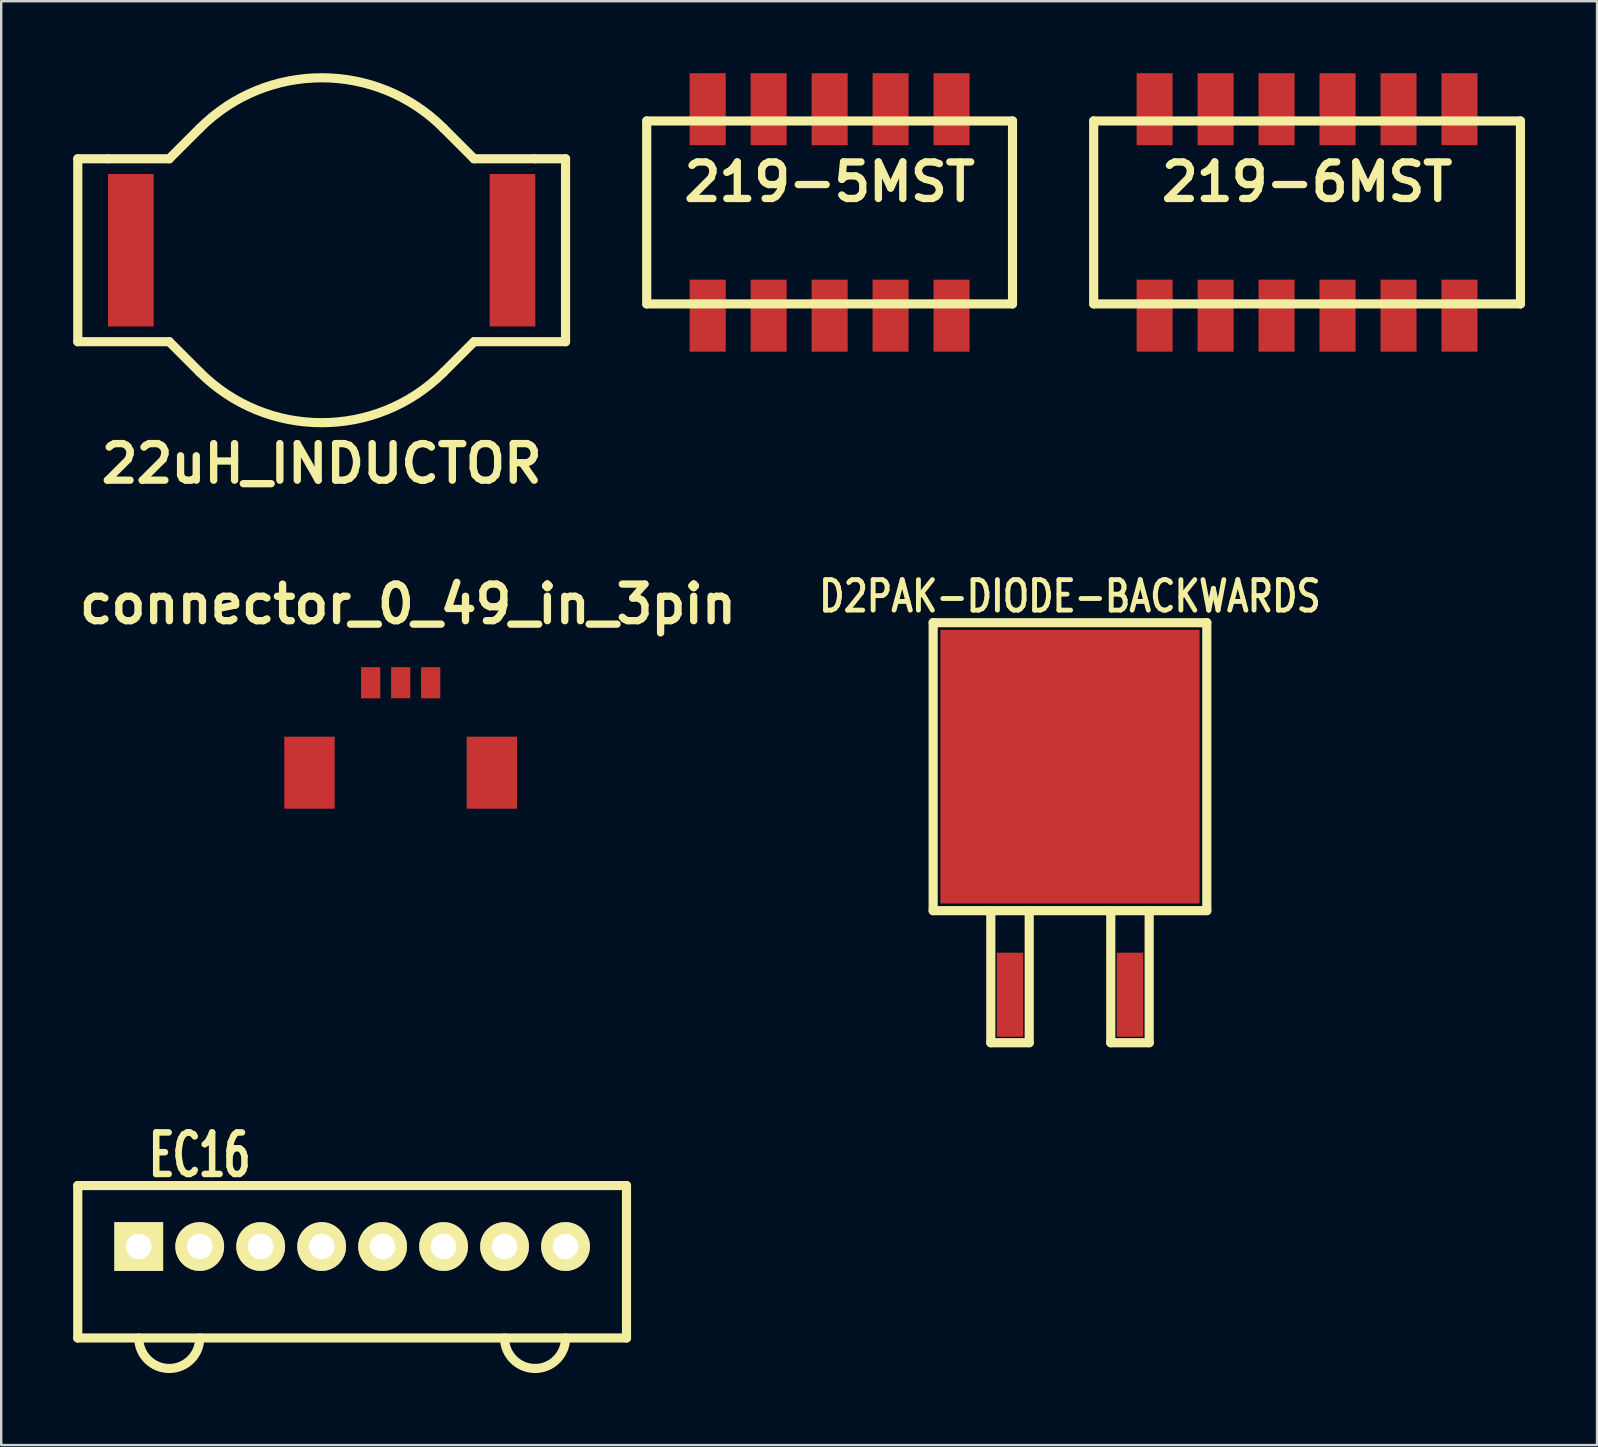
<source format=kicad_pcb>
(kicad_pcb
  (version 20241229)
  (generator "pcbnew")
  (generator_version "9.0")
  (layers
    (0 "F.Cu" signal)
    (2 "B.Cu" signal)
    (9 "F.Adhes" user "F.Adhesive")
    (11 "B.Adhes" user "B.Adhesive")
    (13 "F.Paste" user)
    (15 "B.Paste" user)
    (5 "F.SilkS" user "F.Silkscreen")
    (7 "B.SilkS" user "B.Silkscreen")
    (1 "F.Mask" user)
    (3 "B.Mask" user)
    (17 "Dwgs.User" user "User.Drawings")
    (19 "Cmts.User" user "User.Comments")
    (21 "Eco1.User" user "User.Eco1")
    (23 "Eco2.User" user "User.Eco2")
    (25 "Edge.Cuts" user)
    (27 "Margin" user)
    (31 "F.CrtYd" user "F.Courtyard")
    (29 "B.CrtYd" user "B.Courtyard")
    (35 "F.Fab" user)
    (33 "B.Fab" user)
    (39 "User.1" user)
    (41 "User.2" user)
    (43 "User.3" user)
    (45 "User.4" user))
  (footprint "connector_0_49_in_3pin"
    (layer "F.Cu")
    (at 13.643 26.042)
    (property "Reference" "connector_0_49_in_3pin" (at 0.305 -3.924 0) (layer "F.SilkS") (effects (font (size 1.524 1.524) (thickness 0.305))))
    (attr through_hole)
    (pad "" smd rect (at -3.8 3.099) (size 2.098 3) (layers "F.Cu" "F.Mask" "F.Paste"))
    (pad "" smd rect (at 3.8 3.099) (size 2.098 3) (layers "F.Cu" "F.Mask" "F.Paste"))
    (pad "1" smd rect (at -1.25 -0.648) (size 0.798 1.298) (layers "F.Cu" "F.Mask" "F.Paste"))
    (pad "2" smd rect (at 0 -0.65) (size 0.8 1.298) (layers "F.Cu" "F.Mask" "F.Paste"))
    (pad "3" smd rect (at 1.25 -0.648) (size 0.798 1.298) (layers "F.Cu" "F.Mask" "F.Paste")))
  (footprint "219-6MST"
    (layer "F.Cu")
    (at 51.403 5.8)
    (property "Reference" "219-6MST" (at 0 -1.27 0) (layer "F.SilkS") (effects (font (size 1.524 1.524) (thickness 0.305))))
    (attr through_hole)
    (fp_line (start -8.89 3.81) (end -8.89 -3.81) (stroke (width 0.381) (type solid)) (layer "F.SilkS"))
    (fp_line (start -8.89 3.81) (end 8.89 3.81) (stroke (width 0.381) (type solid)) (layer "F.SilkS"))
    (fp_line (start 8.89 -3.81) (end -8.89 -3.81) (stroke (width 0.381) (type solid)) (layer "F.SilkS"))
    (fp_line (start 8.89 -3.81) (end 8.89 3.81) (stroke (width 0.381) (type solid)) (layer "F.SilkS"))
    (pad "1" smd rect (at -6.35 4.3) (size 1.501 3) (layers "F.Cu" "F.Mask"))
    (pad "2" smd rect (at -3.81 4.3) (size 1.501 3) (layers "F.Cu" "F.Mask"))
    (pad "3" smd rect (at -1.27 4.3) (size 1.501 3) (layers "F.Cu" "F.Mask"))
    (pad "4" smd rect (at 1.27 4.3) (size 1.501 3) (layers "F.Cu" "F.Mask"))
    (pad "5" smd rect (at 3.81 4.3) (size 1.501 3) (layers "F.Cu" "F.Mask"))
    (pad "6" smd rect (at 6.35 4.3) (size 1.501 3) (layers "F.Cu" "F.Mask"))
    (pad "7" smd rect (at 6.35 -4.3) (size 1.501 3) (layers "F.Cu" "F.Mask"))
    (pad "8" smd rect (at 3.81 -4.3) (size 1.501 3) (layers "F.Cu" "F.Mask"))
    (pad "9" smd rect (at 1.27 -4.3) (size 1.501 3) (layers "F.Cu" "F.Mask"))
    (pad "10" smd rect (at -1.27 -4.3) (size 1.501 3) (layers "F.Cu" "F.Mask"))
    (pad "11" smd rect (at -3.81 -4.3) (size 1.501 3) (layers "F.Cu" "F.Mask"))
    (pad "12" smd rect (at -6.35 -4.3) (size 1.501 3) (layers "F.Cu" "F.Mask")))
  (footprint "219-5MST"
    (layer "F.Cu")
    (at 31.512 5.8)
    (property "Reference" "219-5MST" (at 0 -1.27 0) (layer "F.SilkS") (effects (font (size 1.524 1.524) (thickness 0.305))))
    (attr through_hole)
    (fp_line (start -7.62 -3.81) (end 7.62 -3.81) (stroke (width 0.381) (type solid)) (layer "F.SilkS"))
    (fp_line (start -7.62 3.81) (end -7.62 -3.81) (stroke (width 0.381) (type solid)) (layer "F.SilkS"))
    (fp_line (start 7.62 -3.81) (end 7.62 3.81) (stroke (width 0.381) (type solid)) (layer "F.SilkS"))
    (fp_line (start 7.62 3.81) (end -7.62 3.81) (stroke (width 0.381) (type solid)) (layer "F.SilkS"))
    (pad "1" smd rect (at -5.08 4.3) (size 1.501 3) (layers "F.Cu" "F.Mask" "F.Paste"))
    (pad "2" smd rect (at -2.54 4.3) (size 1.501 3) (layers "F.Cu" "F.Mask" "F.Paste"))
    (pad "3" smd rect (at 0 4.3) (size 1.501 3) (layers "F.Cu" "F.Mask" "F.Paste"))
    (pad "4" smd rect (at 2.54 4.3) (size 1.501 3) (layers "F.Cu" "F.Mask" "F.Paste"))
    (pad "5" smd rect (at 5.08 4.3) (size 1.501 3) (layers "F.Cu" "F.Mask" "F.Paste"))
    (pad "6" smd rect (at 5.08 -4.3) (size 1.501 3) (layers "F.Cu" "F.Mask" "F.Paste"))
    (pad "7" smd rect (at 2.54 -4.3) (size 1.501 3) (layers "F.Cu" "F.Mask" "F.Paste"))
    (pad "8" smd rect (at 0 -4.3) (size 1.501 3) (layers "F.Cu" "F.Mask" "F.Paste"))
    (pad "9" smd rect (at -2.54 -4.3) (size 1.501 3) (layers "F.Cu" "F.Mask" "F.Paste"))
    (pad "10" smd rect (at -5.08 -4.3) (size 1.501 3) (layers "F.Cu" "F.Mask" "F.Paste")))
  (footprint "22uH_INDUCTOR"
    (layer "F.Cu")
    (at 10.351 7.375)
    (property "Reference" "22uH_INDUCTOR" (at 0 8.89 0) (layer "F.SilkS") (effects (font (size 1.524 1.524) (thickness 0.305))))
    (attr through_hole)
    (fp_line (start -10.16 -3.81) (end -8.89 -3.81) (stroke (width 0.381) (type solid)) (layer "F.SilkS"))
    (fp_line (start -10.16 3.81) (end -10.16 -3.81) (stroke (width 0.381) (type solid)) (layer "F.SilkS"))
    (fp_line (start -8.89 -3.81) (end -6.35 -3.81) (stroke (width 0.381) (type solid)) (layer "F.SilkS"))
    (fp_line (start -6.35 -3.81) (end -5.08 -5.08) (stroke (width 0.381) (type solid)) (layer "F.SilkS"))
    (fp_line (start -6.35 3.81) (end -10.16 3.81) (stroke (width 0.381) (type solid)) (layer "F.SilkS"))
    (fp_line (start -6.35 3.81) (end -5.08 5.08) (stroke (width 0.381) (type solid)) (layer "F.SilkS"))
    (fp_line (start 5.08 -5.08) (end 6.35 -3.81) (stroke (width 0.381) (type solid)) (layer "F.SilkS"))
    (fp_line (start 6.35 -3.81) (end 8.89 -3.81) (stroke (width 0.381) (type solid)) (layer "F.SilkS"))
    (fp_line (start 6.35 3.81) (end 5.08 5.08) (stroke (width 0.381) (type solid)) (layer "F.SilkS"))
    (fp_line (start 8.89 -3.81) (end 10.16 -3.81) (stroke (width 0.381) (type solid)) (layer "F.SilkS"))
    (fp_line (start 10.16 -3.81) (end 10.16 3.81) (stroke (width 0.381) (type solid)) (layer "F.SilkS"))
    (fp_line (start 10.16 3.81) (end 6.35 3.81) (stroke (width 0.381) (type solid)) (layer "F.SilkS"))
    (fp_arc (start -5.08 -5.08) (mid 0 -7.184205) (end 5.08 -5.08) (stroke (width 0.381) (type solid)) (layer "F.SilkS"))
    (fp_arc (start 5.08 5.08) (mid 0 7.184205) (end -5.08 5.08) (stroke (width 0.381) (type solid)) (layer "F.SilkS"))
    (pad "1" smd rect (at -7.95 0) (size 1.9 6.35) (layers "F.Cu" "F.Mask" "F.Paste"))
    (pad "2" smd rect (at 7.95 0) (size 1.9 6.35) (layers "F.Cu" "F.Mask" "F.Paste")))
  (footprint "D2PAK-DIODE-BACKWARDS"
    (layer "F.Cu")
    (at 41.526 28.89)
    (property "Reference" "D2PAK-DIODE-BACKWARDS" (at 0 -7.099 0) (layer "F.SilkS") (effects (font (size 1.27 1.016) (thickness 0.203))))
    (attr smd)
    (fp_line (start -5.7 -5.999) (end 5.7 -5.999) (stroke (width 0.381) (type solid)) (layer "F.SilkS"))
    (fp_line (start -5.7 5.999) (end -5.7 -5.999) (stroke (width 0.381) (type solid)) (layer "F.SilkS"))
    (fp_line (start -3.299 5.999) (end -3.299 11.501) (stroke (width 0.381) (type solid)) (layer "F.SilkS"))
    (fp_line (start -3.299 11.501) (end -1.699 11.501) (stroke (width 0.381) (type solid)) (layer "F.SilkS"))
    (fp_line (start -1.699 11.501) (end -1.699 5.999) (stroke (width 0.381) (type solid)) (layer "F.SilkS"))
    (fp_line (start 1.699 5.999) (end 1.699 11.501) (stroke (width 0.381) (type solid)) (layer "F.SilkS"))
    (fp_line (start 1.699 11.501) (end 3.299 11.501) (stroke (width 0.381) (type solid)) (layer "F.SilkS"))
    (fp_line (start 3.299 11.501) (end 3.299 5.999) (stroke (width 0.381) (type solid)) (layer "F.SilkS"))
    (fp_line (start 5.7 -5.999) (end 5.7 5.999) (stroke (width 0.381) (type solid)) (layer "F.SilkS"))
    (fp_line (start 5.7 5.999) (end -5.7 5.999) (stroke (width 0.381) (type solid)) (layer "F.SilkS"))
    (pad "1" smd rect (at 0 0) (size 10.8 11.4) (layers "F.Cu" "F.Mask" "F.Paste"))
    (pad "2" smd rect (at 2.499 9.5) (size 1.1 3.5) (layers "F.Cu" "F.Mask" "F.Paste"))
    (pad "3" smd rect (at -2.499 9.5) (size 1.1 3.5) (layers "F.Cu" "F.Mask" "F.Paste")))
  (footprint "EC16"
    (layer "F.Cu")
    (at 11.62 48.881)
    (property "Reference" "EC16" (at -6.35 -3.81 0) (layer "F.SilkS") (effects (font (size 1.73 1.087) (thickness 0.272))))
    (attr through_hole)
    (fp_line (start -11.43 -2.54) (end 11.43 -2.54) (stroke (width 0.381) (type solid)) (layer "F.SilkS"))
    (fp_line (start -11.43 3.81) (end -11.43 -2.54) (stroke (width 0.381) (type solid)) (layer "F.SilkS"))
    (fp_line (start -10.16 -2.54) (end 10.16 -2.54) (stroke (width 0.305) (type solid)) (layer "F.SilkS"))
    (fp_line (start 11.43 -2.54) (end 11.43 3.81) (stroke (width 0.381) (type solid)) (layer "F.SilkS"))
    (fp_line (start 11.43 3.81) (end -11.43 3.81) (stroke (width 0.381) (type solid)) (layer "F.SilkS"))
    (fp_arc (start -7.62 5.08) (mid -8.518026 4.708026) (end -8.89 3.81) (stroke (width 0.381) (type solid)) (layer "F.SilkS"))
    (fp_arc (start -6.35 3.81) (mid -6.721974 4.708026) (end -7.62 5.08) (stroke (width 0.381) (type solid)) (layer "F.SilkS"))
    (fp_arc (start 7.62 5.08) (mid 6.721974 4.708026) (end 6.35 3.81) (stroke (width 0.381) (type solid)) (layer "F.SilkS"))
    (fp_arc (start 8.89 3.81) (mid 8.518026 4.708026) (end 7.62 5.08) (stroke (width 0.381) (type solid)) (layer "F.SilkS"))
    (pad "1" thru_hole rect (at -8.89 0) (size 2.032 2.032) (drill 1.067) (layers "*.Cu" "*.Mask" "F.SilkS"))
    (pad "2" thru_hole circle (at -6.35 0) (size 2.032 2.032) (drill 1.067) (layers "*.Cu" "*.Mask" "F.SilkS"))
    (pad "3" thru_hole circle (at -3.81 0) (size 2.032 2.032) (drill 1.067) (layers "*.Cu" "*.Mask" "F.SilkS"))
    (pad "4" thru_hole circle (at -1.27 0) (size 2.032 2.032) (drill 1.067) (layers "*.Cu" "*.Mask" "F.SilkS"))
    (pad "5" thru_hole circle (at 1.27 0) (size 2.032 2.032) (drill 1.067) (layers "*.Cu" "*.Mask" "F.SilkS"))
    (pad "6" thru_hole circle (at 3.81 0) (size 2.032 2.032) (drill 1.067) (layers "*.Cu" "*.Mask" "F.SilkS"))
    (pad "7" thru_hole circle (at 6.35 0) (size 2.032 2.032) (drill 1.067) (layers "*.Cu" "*.Mask" "F.SilkS"))
    (pad "8" thru_hole circle (at 8.89 0) (size 2.032 2.032) (drill 1.067) (layers "*.Cu" "*.Mask" "F.SilkS")))
  (gr_rect
    (start -3 -3)
    (end 63.483 57.151)
    (stroke (width 0.1) (type default))
    (fill no)
    (layer "Edge.Cuts")))
</source>
